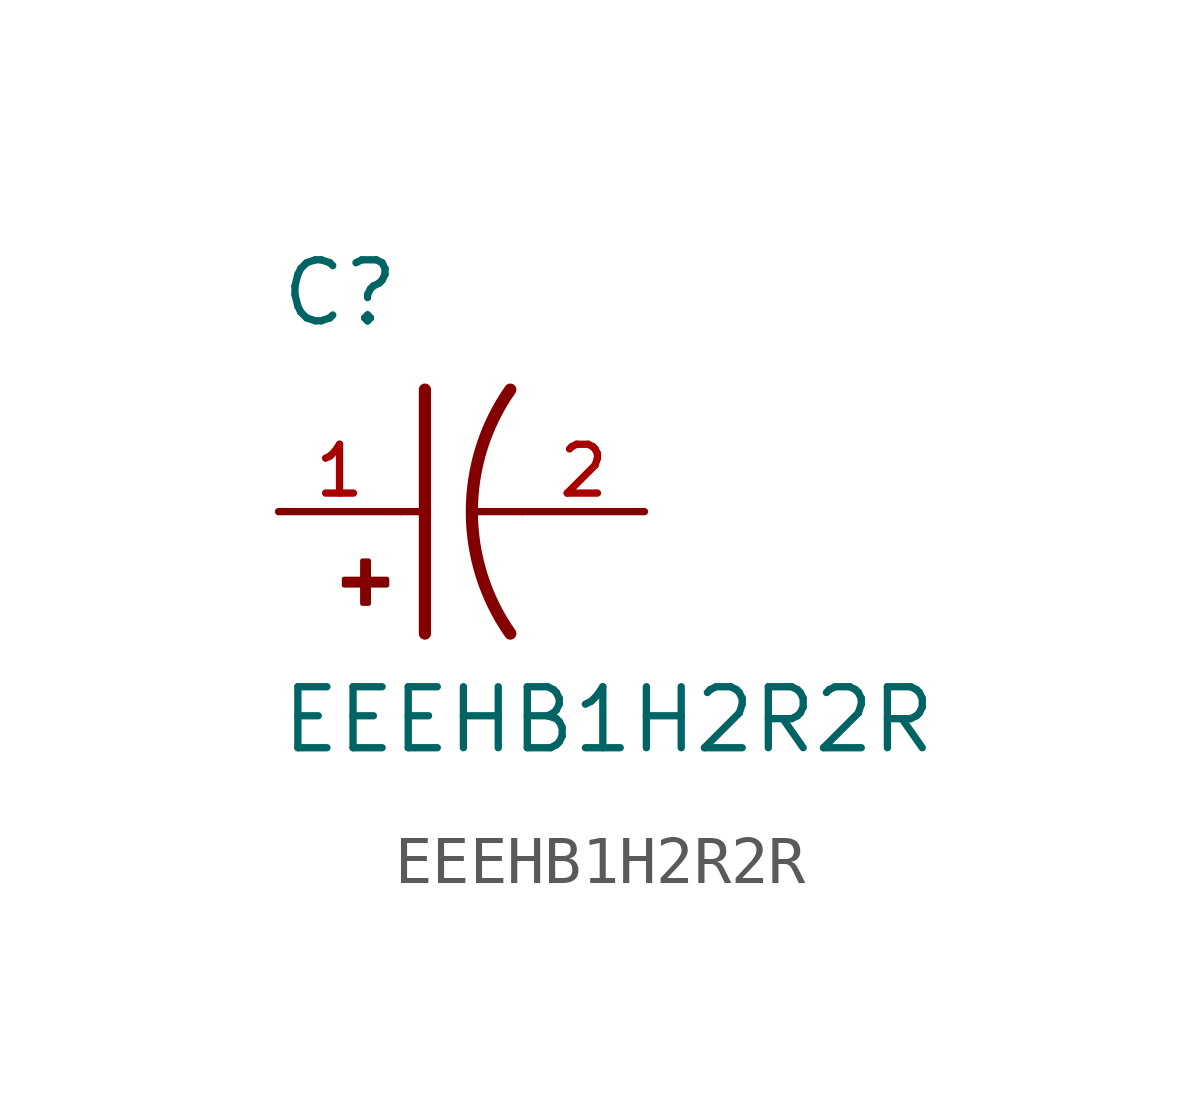
<source format=kicad_sym>
(kicad_symbol_lib
  (version 20211014)
  (generator kicad_symbol_editor)
  (symbol "EEEHB1H2R2R"
    (pin_names
      (offset 1.016))
    (property "Reference" "C"
      (at -2.54 3.81 0)
      (effects (font (size 1.27 1.27)) (justify bottom left)))
    (property "Value" "EEEHB1H2R2R"
      (at -2.54 -5.08 0)
      (effects (font (size 1.27 1.27)) (justify bottom left)))
    (symbol "EEEHB1H2R2R_0_0"
      (arc (start 2.286 -2.54) (mid 1.4851 -0.0) (end 2.286 2.54) (stroke (width 0.254) (type default) (color 0 0 0 0)) (fill (type none)))
      (polyline (pts (xy 0.508 2.54) (xy 0.508 0.0)) (stroke (width 0.254)))
      (rectangle (start -1.173 -1.532) (end -0.284 -1.405) (stroke (width 0.1)) (fill (type outline)))
      (rectangle (start -0.792 -1.913) (end -0.665 -1.024) (stroke (width 0.1)) (fill (type outline)))
      (polyline (pts (xy 0.508 0.0) (xy 0.508 -2.54)) (stroke (width 0.254)))
      (polyline (pts (xy 0.0 0.0) (xy 0.508 0.0)) (stroke (width 0.152)))
      (polyline (pts (xy 2.54 0.0) (xy 1.524 0.0)) (stroke (width 0.152)))
      (pin passive line (at -2.54 0.0 0) (length 2.54) (name "~" (effects (font (size 1.016 1.016)))) (number "1" (effects (font (size 1.016 1.016)))))
      (pin passive line (at 5.08 0.0 180.0) (length 2.54) (name "~" (effects (font (size 1.016 1.016)))) (number "2" (effects (font (size 1.016 1.016))))))))
</source>
